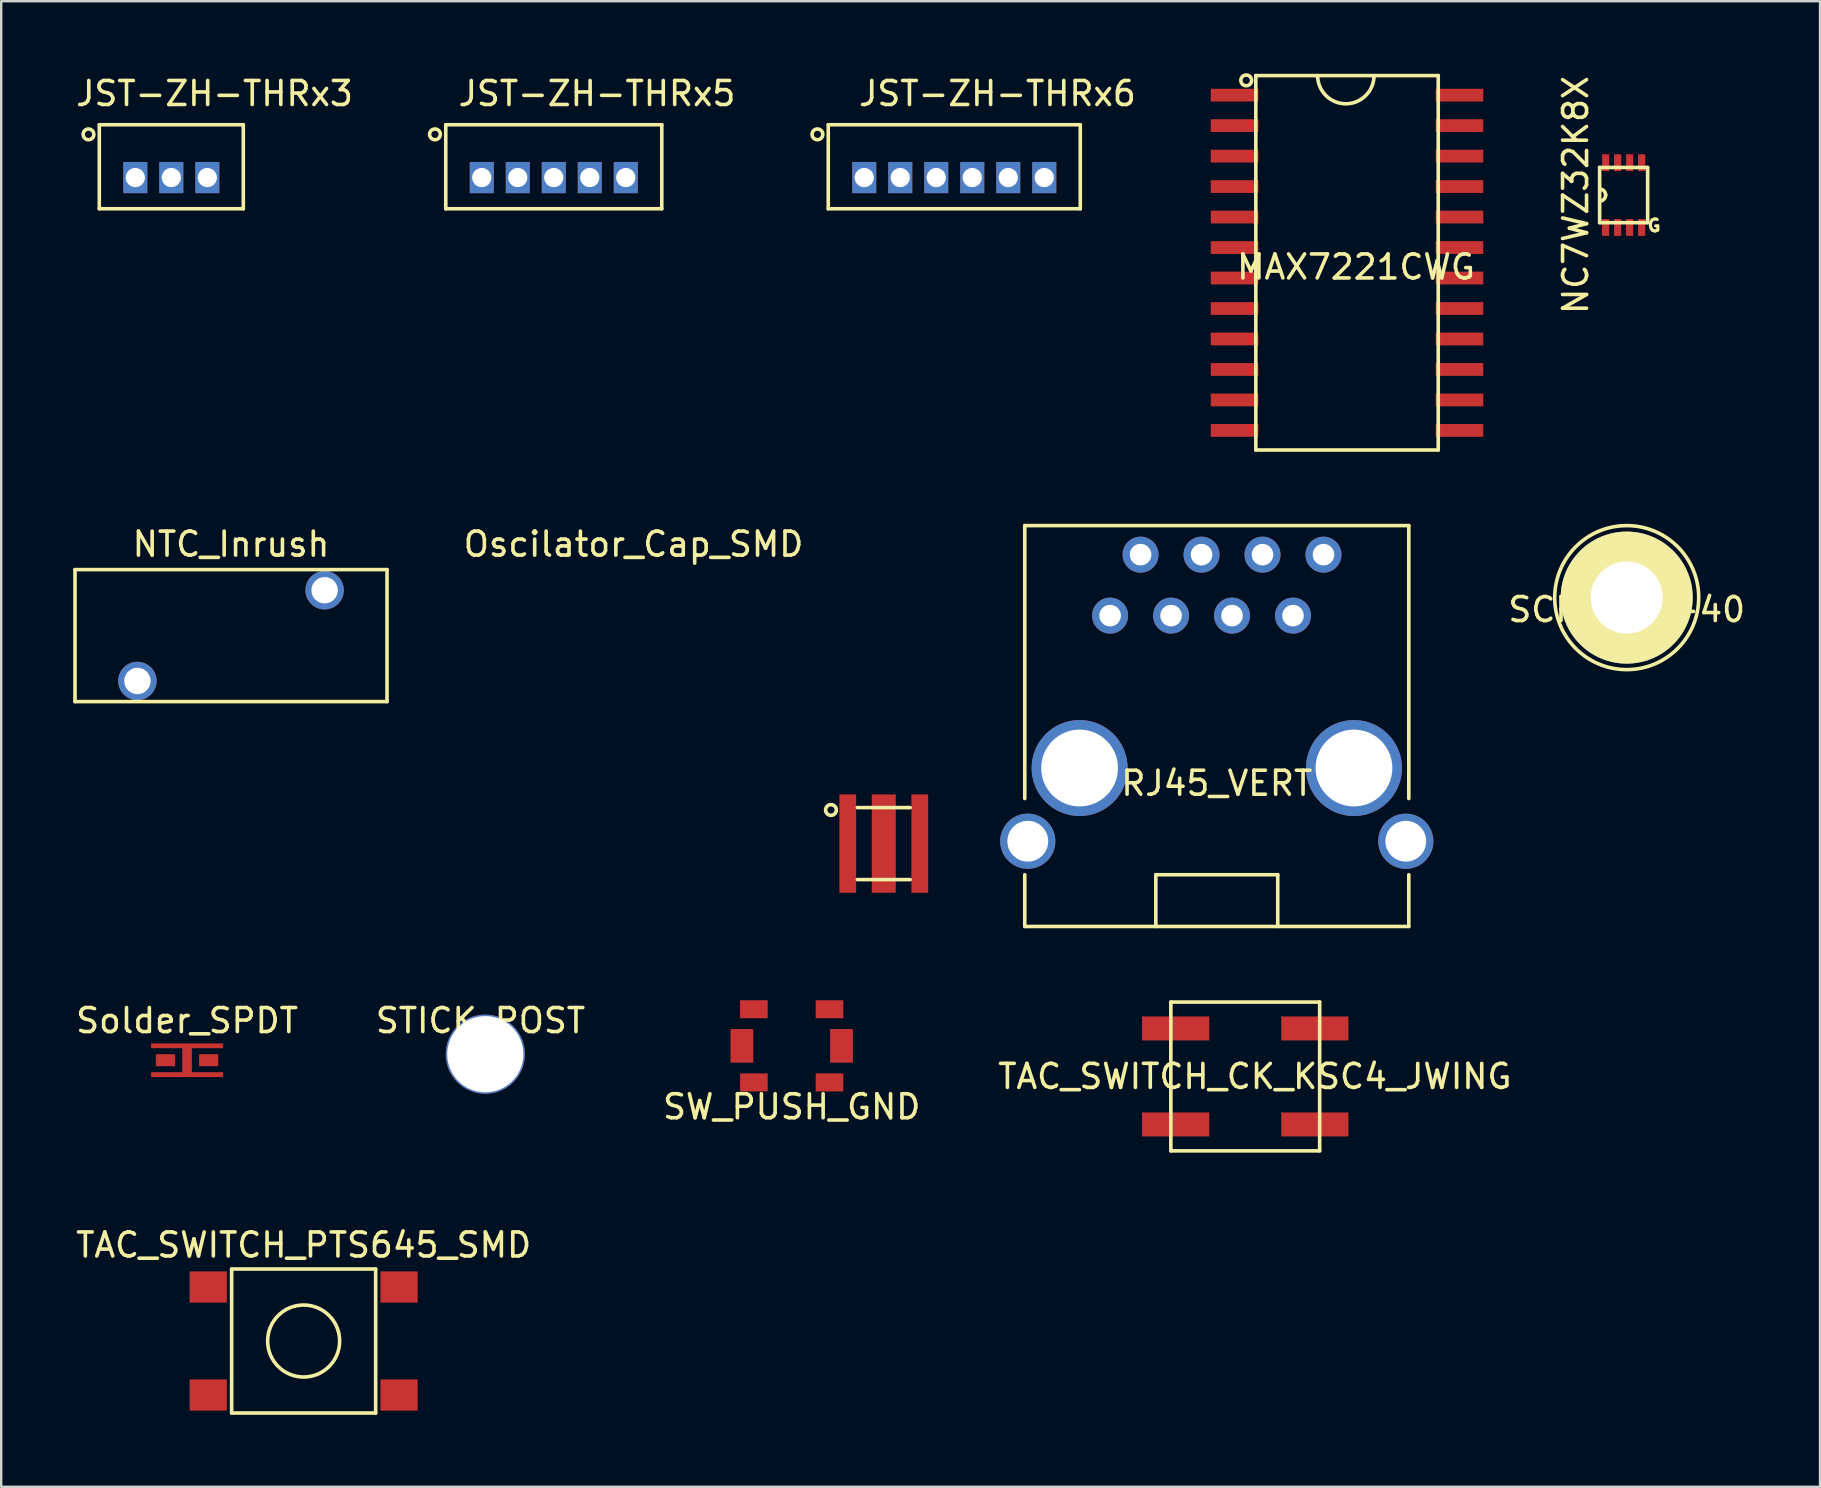
<source format=kicad_pcb>
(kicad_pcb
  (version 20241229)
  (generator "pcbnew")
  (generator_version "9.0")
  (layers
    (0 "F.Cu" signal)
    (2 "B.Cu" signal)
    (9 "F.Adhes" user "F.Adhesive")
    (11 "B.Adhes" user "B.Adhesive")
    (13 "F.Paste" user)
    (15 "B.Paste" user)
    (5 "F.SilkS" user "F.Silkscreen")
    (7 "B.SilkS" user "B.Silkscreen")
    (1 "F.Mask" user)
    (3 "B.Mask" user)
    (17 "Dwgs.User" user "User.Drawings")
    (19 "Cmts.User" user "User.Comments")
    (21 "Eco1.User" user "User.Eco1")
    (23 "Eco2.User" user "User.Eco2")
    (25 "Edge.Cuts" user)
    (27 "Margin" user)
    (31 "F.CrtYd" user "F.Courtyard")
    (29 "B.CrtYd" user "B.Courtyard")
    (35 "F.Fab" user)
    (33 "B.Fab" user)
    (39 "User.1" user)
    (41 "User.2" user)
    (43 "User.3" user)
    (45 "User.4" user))
  (footprint "MAX7221CWG"
    (layer "F.Cu")
    (at 53.072 7.899)
    (property "Reference" "MAX7221CWG" (at 0.375 0.175 0) (layer "F.SilkS") (effects (font (size 1 1) (thickness 0.15))))
    (attr through_hole)
    (fp_line (start -3.8 -7.8) (end -3.8 7.8) (stroke (width 0.15) (type solid)) (layer "F.SilkS"))
    (fp_line (start -3.8 7.8) (end 3.8 7.8) (stroke (width 0.15) (type solid)) (layer "F.SilkS"))
    (fp_line (start 3.8 -7.8) (end -3.8 -7.8) (stroke (width 0.15) (type solid)) (layer "F.SilkS"))
    (fp_line (start 3.8 7.8) (end 3.8 -7.8) (stroke (width 0.15) (type solid)) (layer "F.SilkS"))
    (fp_arc (start 1.125 -7.8) (mid -0.05 -6.625) (end -1.225 -7.8) (stroke (width 0.15) (type solid)) (layer "F.SilkS"))
    (fp_circle (center -4.2 -7.6) (end -4 -7.5) (stroke (width 0.15) (type solid)) (fill no) (layer "F.SilkS"))
    (pad "1" smd rect (at -4.686 -6.985) (size 1.981 0.533) (layers "F.Cu" "F.Mask" "F.Paste"))
    (pad "2" smd rect (at -4.686 -5.715) (size 1.981 0.533) (layers "F.Cu" "F.Mask" "F.Paste"))
    (pad "3" smd rect (at -4.686 -4.445) (size 1.981 0.533) (layers "F.Cu" "F.Mask" "F.Paste"))
    (pad "4" smd rect (at -4.686 -3.175) (size 1.981 0.533) (layers "F.Cu" "F.Mask" "F.Paste"))
    (pad "5" smd rect (at -4.686 -1.905) (size 1.981 0.533) (layers "F.Cu" "F.Mask" "F.Paste"))
    (pad "6" smd rect (at -4.686 -0.635) (size 1.981 0.533) (layers "F.Cu" "F.Mask" "F.Paste"))
    (pad "7" smd rect (at -4.686 0.635) (size 1.981 0.533) (layers "F.Cu" "F.Mask" "F.Paste"))
    (pad "8" smd rect (at -4.686 1.905) (size 1.981 0.533) (layers "F.Cu" "F.Mask" "F.Paste"))
    (pad "9" smd rect (at -4.686 3.175) (size 1.981 0.533) (layers "F.Cu" "F.Mask" "F.Paste"))
    (pad "10" smd rect (at -4.686 4.445) (size 1.981 0.533) (layers "F.Cu" "F.Mask" "F.Paste"))
    (pad "11" smd rect (at -4.686 5.715) (size 1.981 0.533) (layers "F.Cu" "F.Mask" "F.Paste"))
    (pad "12" smd rect (at -4.686 6.985) (size 1.981 0.533) (layers "F.Cu" "F.Mask" "F.Paste"))
    (pad "13" smd rect (at 4.686 6.985) (size 1.981 0.533) (layers "F.Cu" "F.Mask" "F.Paste"))
    (pad "14" smd rect (at 4.686 5.715) (size 1.981 0.533) (layers "F.Cu" "F.Mask" "F.Paste"))
    (pad "15" smd rect (at 4.686 4.445) (size 1.981 0.533) (layers "F.Cu" "F.Mask" "F.Paste"))
    (pad "16" smd rect (at 4.686 3.175) (size 1.981 0.533) (layers "F.Cu" "F.Mask" "F.Paste"))
    (pad "17" smd rect (at 4.686 1.905) (size 1.981 0.533) (layers "F.Cu" "F.Mask" "F.Paste"))
    (pad "18" smd rect (at 4.686 0.635) (size 1.981 0.533) (layers "F.Cu" "F.Mask" "F.Paste"))
    (pad "19" smd rect (at 4.686 -0.635) (size 1.981 0.533) (layers "F.Cu" "F.Mask" "F.Paste"))
    (pad "20" smd rect (at 4.686 -1.905) (size 1.981 0.533) (layers "F.Cu" "F.Mask" "F.Paste"))
    (pad "21" smd rect (at 4.686 -3.175) (size 1.981 0.533) (layers "F.Cu" "F.Mask" "F.Paste"))
    (pad "22" smd rect (at 4.686 -4.445) (size 1.981 0.533) (layers "F.Cu" "F.Mask" "F.Paste"))
    (pad "23" smd rect (at 4.686 -5.715) (size 1.981 0.533) (layers "F.Cu" "F.Mask" "F.Paste"))
    (pad "24" smd rect (at 4.686 -6.985) (size 1.981 0.533) (layers "F.Cu" "F.Mask" "F.Paste")))
  (footprint "SCREW_4-40"
    (layer "F.Cu")
    (at 64.725 21.849)
    (property "Reference" "SCREW_4-40" (at 0 0.5 0) (layer "F.SilkS") (effects (font (size 1 1) (thickness 0.15))))
    (attr through_hole)
    (fp_circle (center 0 0) (end 3 0) (stroke (width 0.15) (type solid)) (fill no) (layer "F.SilkS"))
    (pad "" thru_hole circle (at 0 0) (size 5.5 5.5) (drill 3) (layers "*.Cu" "*.Mask" "F.SilkS")))
  (footprint "NTC_Inrush"
    (layer "F.Cu")
    (at 6.575 23.432)
    (property "Reference" "NTC_Inrush" (at 0 -3.81 0) (layer "F.SilkS") (effects (font (size 1 1) (thickness 0.15))))
    (attr through_hole)
    (fp_line (start -6.5 -2.75) (end 6.5 -2.75) (stroke (width 0.15) (type solid)) (layer "F.SilkS"))
    (fp_line (start -6.5 2.75) (end -6.5 -2.75) (stroke (width 0.15) (type solid)) (layer "F.SilkS"))
    (fp_line (start 6.5 -2.75) (end 6.5 2.75) (stroke (width 0.15) (type solid)) (layer "F.SilkS"))
    (fp_line (start 6.5 2.75) (end -6.5 2.75) (stroke (width 0.15) (type solid)) (layer "F.SilkS"))
    (pad "1" thru_hole circle (at -3.9 1.89) (size 1.6 1.6) (drill 1.1) (layers "*.Cu" "*.Mask"))
    (pad "2" thru_hole circle (at 3.9 -1.89) (size 1.6 1.6) (drill 1.1) (layers "*.Cu" "*.Mask")))
  (footprint "Oscilator_Cap_SMD"
    (layer "F.Cu")
    (at 33.771 32.097)
    (property "Reference" "Oscilator_Cap_SMD" (at -10.425 -12.475 0) (layer "F.SilkS") (effects (font (size 1 1) (thickness 0.15))))
    (attr through_hole)
    (fp_line (start -1.1 -1.5) (end 1 -1.5) (stroke (width 0.15) (type solid)) (layer "F.SilkS"))
    (fp_line (start -1.1 1.5) (end 1.1 1.5) (stroke (width 0.15) (type solid)) (layer "F.SilkS"))
    (fp_line (start 1 -1.5) (end 1.1 -1.5) (stroke (width 0.15) (type solid)) (layer "F.SilkS"))
    (fp_circle (center -2.2 -1.4) (end -2.1 -1.6) (stroke (width 0.15) (type solid)) (fill no) (layer "F.SilkS"))
    (pad "1" smd rect (at -1.5 0) (size 0.7 4.1) (layers "F.Cu" "F.Mask" "F.Paste"))
    (pad "2" smd rect (at 1.5 0) (size 0.7 4.1) (layers "F.Cu" "F.Mask" "F.Paste"))
    (pad "3" smd rect (at 0 0) (size 1 4.1) (layers "F.Cu" "F.Mask" "F.Paste")))
  (footprint "JST-ZH-THRx3"
    (layer "F.Cu")
    (at 4.087 4.348)
    (property "Reference" "JST-ZH-THRx3" (at 1.8 -3.5 0) (layer "F.SilkS") (effects (font (size 1 1) (thickness 0.15))))
    (attr through_hole)
    (fp_line (start -3 -2.2) (end -3 1.3) (stroke (width 0.15) (type solid)) (layer "F.SilkS"))
    (fp_line (start -3 1.3) (end 3 1.3) (stroke (width 0.15) (type solid)) (layer "F.SilkS"))
    (fp_line (start 3 -2.2) (end -3 -2.2) (stroke (width 0.15) (type solid)) (layer "F.SilkS"))
    (fp_line (start 3 -2.2) (end 3 1.3) (stroke (width 0.15) (type solid)) (layer "F.SilkS"))
    (fp_circle (center -3.45 -1.8) (end -3.25 -1.7) (stroke (width 0.15) (type solid)) (fill no) (layer "F.SilkS"))
    (pad "1" thru_hole rect (at -1.5 0) (size 1 1.3) (drill 0.8) (layers "*.Cu" "*.Mask"))
    (pad "2" thru_hole rect (at 0 0) (size 1 1.3) (drill 0.8) (layers "*.Cu" "*.Mask"))
    (pad "3" thru_hole rect (at 1.5 0) (size 1 1.3) (drill 0.8) (layers "*.Cu" "*.Mask")))
  (footprint "NC7WZ32K8X"
    (layer "F.Cu")
    (at 64.597 5.077)
    (property "Reference" "NC7WZ32K8X" (at -2 0 90) (layer "F.SilkS") (effects (font (size 1 1) (thickness 0.15))))
    (attr through_hole)
    (fp_line (start -1 -1.15) (end 1 -1.15) (stroke (width 0.15) (type solid)) (layer "F.SilkS"))
    (fp_line (start -1 1.15) (end -1 -1.15) (stroke (width 0.15) (type solid)) (layer "F.SilkS"))
    (fp_line (start 1 -1.15) (end 1 1.15) (stroke (width 0.15) (type solid)) (layer "F.SilkS"))
    (fp_line (start 1 1.15) (end -1 1.15) (stroke (width 0.15) (type solid)) (layer "F.SilkS"))
    (fp_arc (start -1 -0.25) (mid -0.823223 -0.176777) (end -0.75 0) (stroke (width 0.15) (type solid)) (layer "F.SilkS"))
    (fp_arc (start -0.75 0) (mid -0.823223 0.176777) (end -1 0.25) (stroke (width 0.15) (type solid)) (layer "F.SilkS"))
    (fp_text user "G" (at 1.27 1.27 0) (layer "F.SilkS") (effects (font (size 0.5 0.5) (thickness 0.125))))
    (pad "1" smd rect (at -0.75 1.35) (size 0.3 0.7) (layers "F.Cu" "F.Mask" "F.Paste"))
    (pad "2" smd rect (at -0.25 1.35) (size 0.3 0.7) (layers "F.Cu" "F.Mask" "F.Paste"))
    (pad "3" smd rect (at 0.25 1.35) (size 0.3 0.7) (layers "F.Cu" "F.Mask" "F.Paste"))
    (pad "4" smd rect (at 0.75 1.35) (size 0.3 0.7) (layers "F.Cu" "F.Mask" "F.Paste"))
    (pad "5" smd rect (at 0.75 -1.35) (size 0.3 0.7) (layers "F.Cu" "F.Mask" "F.Paste"))
    (pad "6" smd rect (at 0.25 -1.35) (size 0.3 0.7) (layers "F.Cu" "F.Mask" "F.Paste"))
    (pad "7" smd rect (at -0.25 -1.35) (size 0.3 0.7) (layers "F.Cu" "F.Mask" "F.Paste"))
    (pad "8" smd rect (at -0.75 -1.35) (size 0.3 0.7) (layers "F.Cu" "F.Mask" "F.Paste")))
  (footprint "SW_PUSH_GND"
    (layer "F.Cu")
    (at 29.935 40.524)
    (property "Reference" "SW_PUSH_GND" (at 0 2.54 0) (layer "F.SilkS") (effects (font (size 1 1) (thickness 0.15))))
    (attr through_hole)
    (pad "1" smd rect (at -2.075 0) (size 0.95 1.4) (layers "F.Cu" "F.Mask" "F.Paste"))
    (pad "2" smd rect (at 2.075 0) (size 0.95 1.4) (layers "F.Cu" "F.Mask" "F.Paste"))
    (pad "3" smd rect (at -1.575 -1.525) (size 1.15 0.75) (layers "F.Cu" "F.Mask" "F.Paste"))
    (pad "4" smd rect (at -1.575 1.525) (size 1.15 0.75) (layers "F.Cu" "F.Mask" "F.Paste"))
    (pad "5" smd rect (at 1.575 -1.525) (size 1.15 0.75) (layers "F.Cu" "F.Mask" "F.Paste"))
    (pad "6" smd rect (at 1.575 1.525) (size 1.15 0.75) (layers "F.Cu" "F.Mask" "F.Paste")))
  (footprint "Solder_SPDT"
    (layer "F.Cu")
    (at 4.744 41.122)
    (property "Reference" "Solder_SPDT" (at 0 -1.65 0) (layer "F.SilkS") (effects (font (size 1 1) (thickness 0.15))))
    (attr smd)
    (pad "1" smd rect (at -0.9 0) (size 0.8 0.5) (layers "F.Cu" "F.Mask" "F.Paste"))
    (pad "2" smd rect (at 0 -0.6) (size 3 0.2) (layers "F.Cu" "F.Mask" "F.Paste"))
    (pad "2" smd rect (at 0 0) (size 0.4 1.1) (layers "F.Cu" "F.Mask" "F.Paste"))
    (pad "2" smd rect (at 0 0.6) (size 3 0.2) (layers "F.Cu" "F.Mask" "F.Paste"))
    (pad "3" smd rect (at 0.9 0) (size 0.8 0.5) (layers "F.Cu" "F.Mask" "F.Paste")))
  (footprint "TAC_SWITCH_CK_KSC4_JWING"
    (layer "F.Cu")
    (at 48.832 41.799)
    (property "Reference" "TAC_SWITCH_CK_KSC4_JWING" (at 0.4 0 0) (layer "F.SilkS") (effects (font (size 1 1) (thickness 0.15))))
    (attr through_hole)
    (fp_line (start -3.1 -3.1) (end 3.1 -3.1) (stroke (width 0.15) (type solid)) (layer "F.SilkS"))
    (fp_line (start -3.1 3.1) (end -3.1 -3.1) (stroke (width 0.15) (type solid)) (layer "F.SilkS"))
    (fp_line (start 3.1 -3.1) (end 3.1 3.1) (stroke (width 0.15) (type solid)) (layer "F.SilkS"))
    (fp_line (start 3.1 3.1) (end -3.1 3.1) (stroke (width 0.15) (type solid)) (layer "F.SilkS"))
    (pad "1" smd rect (at -2.9 -2) (size 2.8 1) (layers "F.Cu" "F.Mask" "F.Paste"))
    (pad "2" smd rect (at 2.9 -2) (size 2.8 1) (layers "F.Cu" "F.Mask" "F.Paste"))
    (pad "3" smd rect (at -2.9 2) (size 2.8 1) (layers "F.Cu" "F.Mask" "F.Paste"))
    (pad "4" smd rect (at 2.9 2) (size 2.8 1) (layers "F.Cu" "F.Mask" "F.Paste")))
  (footprint "STICK_POST"
    (layer "F.Cu")
    (at 17.17 40.872)
    (property "Reference" "STICK_POST" (at -0.2 -1.4 0) (layer "F.SilkS") (effects (font (size 1 1) (thickness 0.15))))
    (attr through_hole)
    (pad "1" thru_hole circle (at 0 0) (size 3.3 3.3) (drill 3.175) (layers "*.Cu" "*.Mask")))
  (footprint "TAC_SWITCH_PTS645_SMD"
    (layer "F.Cu")
    (at 9.601 52.822)
    (property "Reference" "TAC_SWITCH_PTS645_SMD" (at 0 -4 0) (layer "F.SilkS") (effects (font (size 1 1) (thickness 0.15))))
    (attr through_hole)
    (fp_line (start -3 -3) (end 3 -3) (stroke (width 0.15) (type solid)) (layer "F.SilkS"))
    (fp_line (start -3 3) (end -3 -3) (stroke (width 0.15) (type solid)) (layer "F.SilkS"))
    (fp_line (start 3 -3) (end 3 3) (stroke (width 0.15) (type solid)) (layer "F.SilkS"))
    (fp_line (start 3 3) (end -3 3) (stroke (width 0.15) (type solid)) (layer "F.SilkS"))
    (fp_circle (center 0 0) (end 1.5 0) (stroke (width 0.15) (type solid)) (fill no) (layer "F.SilkS"))
    (pad "1" smd rect (at -3.975 -2.25) (size 1.55 1.3) (layers "F.Cu" "F.Mask" "F.Paste"))
    (pad "2" smd rect (at 3.975 -2.25) (size 1.55 1.3) (layers "F.Cu" "F.Mask" "F.Paste"))
    (pad "3" smd rect (at -3.975 2.25) (size 1.55 1.3) (layers "F.Cu" "F.Mask" "F.Paste"))
    (pad "4" smd rect (at 3.975 2.25) (size 1.55 1.3) (layers "F.Cu" "F.Mask" "F.Paste")))
  (footprint "JST-ZH-THRx5"
    (layer "F.Cu")
    (at 20.022 4.348)
    (property "Reference" "JST-ZH-THRx5" (at 1.8 -3.5 0) (layer "F.SilkS") (effects (font (size 1 1) (thickness 0.15))))
    (attr through_hole)
    (fp_line (start -4.5 -2.2) (end -4.5 1.3) (stroke (width 0.15) (type solid)) (layer "F.SilkS"))
    (fp_line (start -4.5 1.3) (end 4.5 1.3) (stroke (width 0.15) (type solid)) (layer "F.SilkS"))
    (fp_line (start 4.5 -2.2) (end -4.5 -2.2) (stroke (width 0.15) (type solid)) (layer "F.SilkS"))
    (fp_line (start 4.5 -2.2) (end 4.5 1.3) (stroke (width 0.15) (type solid)) (layer "F.SilkS"))
    (fp_circle (center -4.95 -1.8) (end -4.75 -1.7) (stroke (width 0.15) (type solid)) (fill no) (layer "F.SilkS"))
    (pad "1" thru_hole rect (at -3 0) (size 1 1.3) (drill 0.8) (layers "*.Cu" "*.Mask"))
    (pad "2" thru_hole rect (at -1.5 0) (size 1 1.3) (drill 0.8) (layers "*.Cu" "*.Mask"))
    (pad "3" thru_hole rect (at 0 0) (size 1 1.3) (drill 0.8) (layers "*.Cu" "*.Mask"))
    (pad "4" thru_hole rect (at 1.5 0) (size 1 1.3) (drill 0.8) (layers "*.Cu" "*.Mask"))
    (pad "5" thru_hole rect (at 3 0) (size 1 1.3) (drill 0.8) (layers "*.Cu" "*.Mask")))
  (footprint "JST-ZH-THRx6"
    (layer "F.Cu")
    (at 36.708 4.348)
    (property "Reference" "JST-ZH-THRx6" (at 1.8 -3.5 0) (layer "F.SilkS") (effects (font (size 1 1) (thickness 0.15))))
    (attr through_hole)
    (fp_line (start -5.25 -2.2) (end -5.25 1.3) (stroke (width 0.15) (type solid)) (layer "F.SilkS"))
    (fp_line (start -5.25 1.3) (end 5.25 1.3) (stroke (width 0.15) (type solid)) (layer "F.SilkS"))
    (fp_line (start 5.25 -2.2) (end -5.25 -2.2) (stroke (width 0.15) (type solid)) (layer "F.SilkS"))
    (fp_line (start 5.25 -2.2) (end 5.25 1.3) (stroke (width 0.15) (type solid)) (layer "F.SilkS"))
    (fp_circle (center -5.7 -1.8) (end -5.5 -1.7) (stroke (width 0.15) (type solid)) (fill no) (layer "F.SilkS"))
    (pad "1" thru_hole rect (at -3.75 0) (size 1 1.3) (drill 0.8) (layers "*.Cu" "*.Mask"))
    (pad "2" thru_hole rect (at -2.25 0) (size 1 1.3) (drill 0.8) (layers "*.Cu" "*.Mask"))
    (pad "3" thru_hole rect (at -0.75 0) (size 1 1.3) (drill 0.8) (layers "*.Cu" "*.Mask"))
    (pad "4" thru_hole rect (at 0.75 0) (size 1 1.3) (drill 0.8) (layers "*.Cu" "*.Mask"))
    (pad "5" thru_hole rect (at 2.25 0) (size 1 1.3) (drill 0.8) (layers "*.Cu" "*.Mask"))
    (pad "6" thru_hole rect (at 3.75 0) (size 1 1.3) (drill 0.8) (layers "*.Cu" "*.Mask")))
  (footprint "RJ45_VERT"
    (layer "F.Cu")
    (at 47.646 28.949)
    (property "Reference" "RJ45_VERT" (at 0 0.635 0) (layer "F.SilkS") (effects (font (size 1 1) (thickness 0.15))))
    (attr through_hole)
    (fp_line (start -8 -10.1) (end -8 1.27) (stroke (width 0.15) (type solid)) (layer "F.SilkS"))
    (fp_line (start -8 -10.1) (end 8 -10.1) (stroke (width 0.15) (type solid)) (layer "F.SilkS"))
    (fp_line (start -8 4.445) (end -8 6.6) (stroke (width 0.15) (type solid)) (layer "F.SilkS"))
    (fp_line (start -8 6.6) (end 8 6.6) (stroke (width 0.15) (type solid)) (layer "F.SilkS"))
    (fp_line (start -2.54 4.445) (end 2.54 4.445) (stroke (width 0.15) (type solid)) (layer "F.SilkS"))
    (fp_line (start -2.54 6.6) (end -2.54 4.445) (stroke (width 0.15) (type solid)) (layer "F.SilkS"))
    (fp_line (start 2.54 4.445) (end 2.54 6.6) (stroke (width 0.15) (type solid)) (layer "F.SilkS"))
    (fp_line (start 8 -10.1) (end 8 1.27) (stroke (width 0.15) (type solid)) (layer "F.SilkS"))
    (fp_line (start 8 4.445) (end 8 6.6) (stroke (width 0.15) (type solid)) (layer "F.SilkS"))
    (pad "" thru_hole circle (at -5.715 0) (size 4 4) (drill 3.2) (layers "*.Cu" "*.Mask"))
    (pad "" thru_hole circle (at 5.715 0) (size 4 4) (drill 3.2) (layers "*.Cu" "*.Mask"))
    (pad "1" thru_hole circle (at -7.875 3.05) (size 2.3 2.3) (drill 1.7) (layers "*.Cu" "*.Mask"))
    (pad "2" thru_hole circle (at -4.445 -6.35) (size 1.5 1.5) (drill 0.9) (layers "*.Cu" "*.Mask"))
    (pad "3" thru_hole circle (at -3.175 -8.89) (size 1.5 1.5) (drill 0.9) (layers "*.Cu" "*.Mask"))
    (pad "4" thru_hole circle (at -1.905 -6.35) (size 1.5 1.5) (drill 0.9) (layers "*.Cu" "*.Mask"))
    (pad "5" thru_hole circle (at -0.635 -8.89) (size 1.5 1.5) (drill 0.9) (layers "*.Cu" "*.Mask"))
    (pad "6" thru_hole circle (at 0.635 -6.35) (size 1.5 1.5) (drill 0.9) (layers "*.Cu" "*.Mask"))
    (pad "7" thru_hole circle (at 1.905 -8.89) (size 1.5 1.5) (drill 0.9) (layers "*.Cu" "*.Mask"))
    (pad "8" thru_hole circle (at 3.175 -6.35) (size 1.5 1.5) (drill 0.9) (layers "*.Cu" "*.Mask"))
    (pad "9" thru_hole circle (at 4.445 -8.89) (size 1.5 1.5) (drill 0.9) (layers "*.Cu" "*.Mask"))
    (pad "10" thru_hole circle (at 7.875 3.05) (size 2.3 2.3) (drill 1.7) (layers "*.Cu" "*.Mask")))
  (gr_rect
    (start -3 -3)
    (end 72.779 58.897)
    (stroke (width 0.1) (type default))
    (fill no)
    (layer "Edge.Cuts")))
</source>
